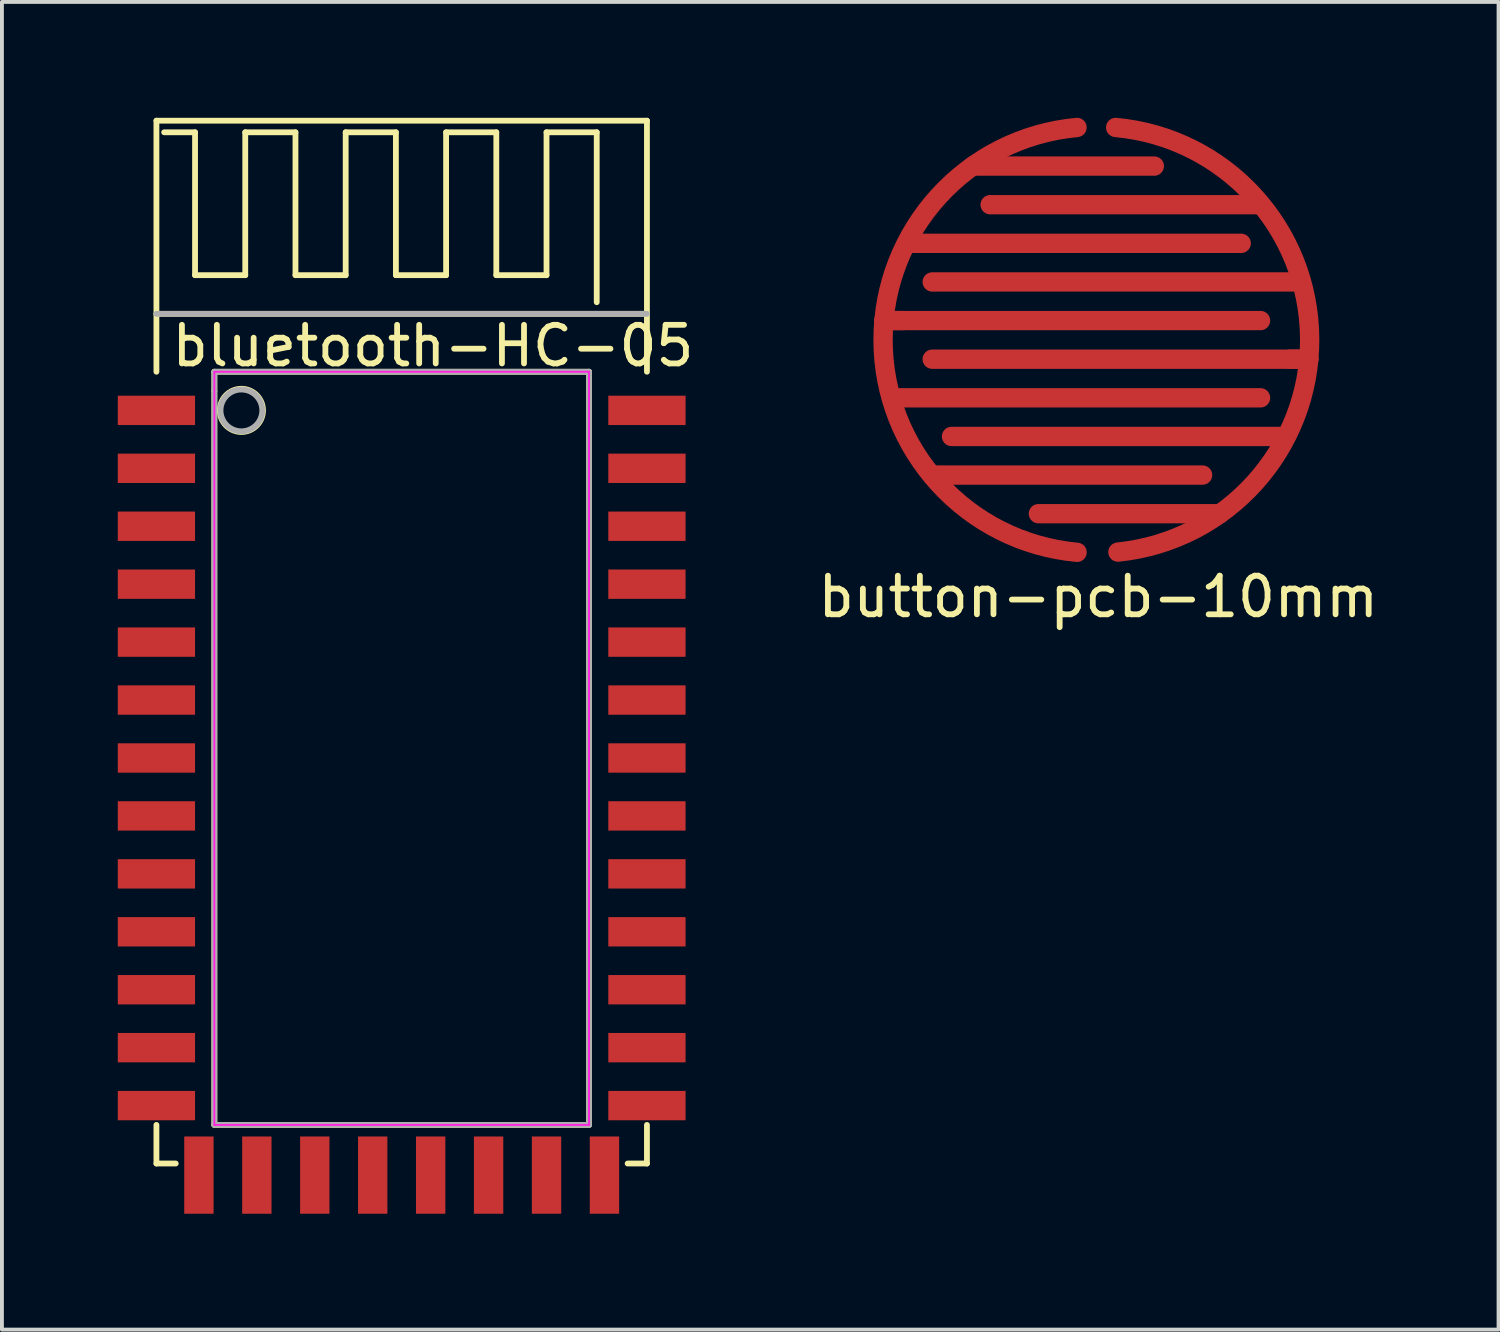
<source format=kicad_pcb>
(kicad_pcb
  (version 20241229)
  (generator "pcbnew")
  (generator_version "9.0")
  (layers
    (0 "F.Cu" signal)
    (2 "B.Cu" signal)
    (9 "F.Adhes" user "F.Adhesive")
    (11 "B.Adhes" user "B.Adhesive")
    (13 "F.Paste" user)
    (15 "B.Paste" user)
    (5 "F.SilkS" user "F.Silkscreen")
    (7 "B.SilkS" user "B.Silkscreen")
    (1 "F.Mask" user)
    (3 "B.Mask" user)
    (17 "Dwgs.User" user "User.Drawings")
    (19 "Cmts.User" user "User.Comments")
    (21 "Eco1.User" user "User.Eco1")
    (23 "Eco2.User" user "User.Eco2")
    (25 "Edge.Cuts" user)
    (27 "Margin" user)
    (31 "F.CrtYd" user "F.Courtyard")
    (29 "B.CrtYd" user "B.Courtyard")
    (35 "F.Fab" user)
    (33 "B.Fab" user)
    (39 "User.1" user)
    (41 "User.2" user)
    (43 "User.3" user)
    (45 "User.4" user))
  (footprint "bluetooth-HC-05"
    (layer "F.Cu")
    (at 7.35 16.575)
    (property "Reference" "bluetooth-HC-05" (at 0.81 -10.67 0) (layer "F.SilkS") (effects (font (size 1 1) (thickness 0.15))))
    (attr smd)
    (fp_line (start -6.35 -16.5) (end -6.35 -10) (stroke (width 0.15) (type solid)) (layer "F.SilkS"))
    (fp_line (start -6.35 -16.5) (end 6.35 -16.5) (stroke (width 0.15) (type solid)) (layer "F.SilkS"))
    (fp_line (start -6.35 -11.5) (end 6.35 -11.5) (stroke (width 0.15) (type solid)) (layer "F.SilkS"))
    (fp_line (start -6.35 10.5) (end -6.35 9.5) (stroke (width 0.15) (type solid)) (layer "F.SilkS"))
    (fp_line (start -6.35 10.5) (end -5.85 10.5) (stroke (width 0.15) (type solid)) (layer "F.SilkS"))
    (fp_line (start -6.15 -16.2) (end -5.35 -16.2) (stroke (width 0.15) (type solid)) (layer "F.SilkS"))
    (fp_line (start -5.35 -16.2) (end -5.35 -12.5) (stroke (width 0.15) (type solid)) (layer "F.SilkS"))
    (fp_line (start -5.35 -12.5) (end -4.05 -12.5) (stroke (width 0.15) (type solid)) (layer "F.SilkS"))
    (fp_line (start -4.85 -10) (end -4.85 -9.5) (stroke (width 0.15) (type solid)) (layer "F.SilkS"))
    (fp_line (start -4.85 -9.5) (end -4.85 9.5) (stroke (width 0.15) (type solid)) (layer "F.SilkS"))
    (fp_line (start -4.85 9.5) (end 4.85 9.5) (stroke (width 0.15) (type solid)) (layer "F.SilkS"))
    (fp_line (start -4.05 -16.2) (end -2.75 -16.2) (stroke (width 0.15) (type solid)) (layer "F.SilkS"))
    (fp_line (start -4.05 -12.5) (end -4.05 -16.2) (stroke (width 0.15) (type solid)) (layer "F.SilkS"))
    (fp_line (start -2.75 -16.2) (end -2.75 -12.5) (stroke (width 0.15) (type solid)) (layer "F.SilkS"))
    (fp_line (start -2.75 -12.5) (end -1.45 -12.5) (stroke (width 0.15) (type solid)) (layer "F.SilkS"))
    (fp_line (start -1.45 -16.2) (end -0.15 -16.2) (stroke (width 0.15) (type solid)) (layer "F.SilkS"))
    (fp_line (start -1.45 -12.5) (end -1.45 -16.2) (stroke (width 0.15) (type solid)) (layer "F.SilkS"))
    (fp_line (start -0.15 -16.2) (end -0.15 -12.5) (stroke (width 0.15) (type solid)) (layer "F.SilkS"))
    (fp_line (start -0.15 -12.5) (end 1.15 -12.5) (stroke (width 0.15) (type solid)) (layer "F.SilkS"))
    (fp_line (start 1.15 -16.2) (end 2.45 -16.2) (stroke (width 0.15) (type solid)) (layer "F.SilkS"))
    (fp_line (start 1.15 -12.5) (end 1.15 -16.2) (stroke (width 0.15) (type solid)) (layer "F.SilkS"))
    (fp_line (start 2.45 -16.2) (end 2.45 -12.5) (stroke (width 0.15) (type solid)) (layer "F.SilkS"))
    (fp_line (start 3.75 -16.2) (end 5.05 -16.2) (stroke (width 0.15) (type solid)) (layer "F.SilkS"))
    (fp_line (start 3.75 -12.5) (end 2.45 -12.5) (stroke (width 0.15) (type solid)) (layer "F.SilkS"))
    (fp_line (start 3.75 -12.5) (end 3.75 -16.2) (stroke (width 0.15) (type solid)) (layer "F.SilkS"))
    (fp_line (start 4.85 -10) (end -4.85 -10) (stroke (width 0.15) (type solid)) (layer "F.SilkS"))
    (fp_line (start 4.85 9.5) (end 4.85 -10) (stroke (width 0.15) (type solid)) (layer "F.SilkS"))
    (fp_line (start 5.05 -16.2) (end 5.05 -11.8) (stroke (width 0.15) (type solid)) (layer "F.SilkS"))
    (fp_line (start 6.35 -16.5) (end 6.35 -10) (stroke (width 0.15) (type solid)) (layer "F.SilkS"))
    (fp_line (start 6.35 9.5) (end 6.35 10.5) (stroke (width 0.15) (type solid)) (layer "F.SilkS"))
    (fp_line (start 6.35 10.5) (end 5.85 10.5) (stroke (width 0.15) (type solid)) (layer "F.SilkS"))
    (fp_circle (center -4.15 -9) (end -4.65 -9.25) (stroke (width 0.15) (type solid)) (fill no) (layer "F.SilkS"))
    (fp_line (start -4.85 -10) (end -4.85 9.5) (stroke (width 0.05) (type solid)) (layer "F.CrtYd"))
    (fp_line (start -4.85 -10) (end 4.85 -10) (stroke (width 0.05) (type solid)) (layer "F.CrtYd"))
    (fp_line (start -4.85 9.5) (end 4.85 9.5) (stroke (width 0.05) (type solid)) (layer "F.CrtYd"))
    (fp_line (start 4.85 -10) (end 4.85 9.5) (stroke (width 0.05) (type solid)) (layer "F.CrtYd"))
    (fp_line (start -6.35 -11.5) (end 6.35 -11.5) (stroke (width 0.15) (type solid)) (layer "F.Fab"))
    (fp_line (start -4.85 -10) (end -4.85 9.5) (stroke (width 0.15) (type solid)) (layer "F.Fab"))
    (fp_line (start -4.85 -10) (end 4.85 -10) (stroke (width 0.15) (type solid)) (layer "F.Fab"))
    (fp_line (start -4.85 9.5) (end 4.85 9.5) (stroke (width 0.15) (type solid)) (layer "F.Fab"))
    (fp_line (start 4.85 -10) (end 4.85 9.5) (stroke (width 0.15) (type solid)) (layer "F.Fab"))
    (fp_circle (center -4.15 -8.999) (end -4.33 -9.509) (stroke (width 0.15) (type solid)) (fill no) (layer "F.Fab"))
    (pad "1" smd rect (at -6.35 -9) (size 2 0.76) (layers "F.Cu" "F.Mask" "F.Paste"))
    (pad "2" smd rect (at -6.35 -7.5) (size 2 0.76) (layers "F.Cu" "F.Mask" "F.Paste"))
    (pad "3" smd rect (at -6.35 -6) (size 2 0.76) (layers "F.Cu" "F.Mask" "F.Paste"))
    (pad "4" smd rect (at -6.35 -4.5 180) (size 2 0.76) (layers "F.Cu" "F.Mask" "F.Paste"))
    (pad "5" smd rect (at -6.35 -3) (size 2 0.76) (layers "F.Cu" "F.Mask" "F.Paste"))
    (pad "6" smd rect (at -6.35 -1.5) (size 2 0.76) (layers "F.Cu" "F.Mask" "F.Paste"))
    (pad "7" smd rect (at -6.35 0) (size 2 0.76) (layers "F.Cu" "F.Mask" "F.Paste"))
    (pad "8" smd rect (at -6.35 1.5) (size 2 0.76) (layers "F.Cu" "F.Mask" "F.Paste"))
    (pad "9" smd rect (at -6.35 3) (size 2 0.76) (layers "F.Cu" "F.Mask" "F.Paste"))
    (pad "10" smd rect (at -6.35 4.5) (size 2 0.76) (layers "F.Cu" "F.Mask" "F.Paste"))
    (pad "11" smd rect (at -6.35 6) (size 2 0.76) (layers "F.Cu" "F.Mask" "F.Paste"))
    (pad "12" smd rect (at -6.35 7.5 180) (size 2 0.76) (layers "F.Cu" "F.Mask" "F.Paste"))
    (pad "13" smd rect (at -6.35 9) (size 2 0.76) (layers "F.Cu" "F.Mask" "F.Paste"))
    (pad "14" smd rect (at -5.25 10.8 90) (size 2 0.76) (layers "F.Cu" "F.Mask" "F.Paste"))
    (pad "15" smd rect (at -3.75 10.8 90) (size 2 0.76) (layers "F.Cu" "F.Mask" "F.Paste"))
    (pad "16" smd rect (at -2.25 10.8 90) (size 2 0.76) (layers "F.Cu" "F.Mask" "F.Paste"))
    (pad "17" smd rect (at -0.75 10.8 270) (size 2 0.76) (layers "F.Cu" "F.Mask" "F.Paste"))
    (pad "18" smd rect (at 0.75 10.8 90) (size 2 0.76) (layers "F.Cu" "F.Mask" "F.Paste"))
    (pad "19" smd rect (at 2.25 10.8 90) (size 2 0.76) (layers "F.Cu" "F.Mask" "F.Paste"))
    (pad "20" smd rect (at 3.75 10.8 90) (size 2 0.76) (layers "F.Cu" "F.Mask" "F.Paste"))
    (pad "21" smd rect (at 5.25 10.8 90) (size 2 0.76) (layers "F.Cu" "F.Mask" "F.Paste"))
    (pad "22" smd rect (at 6.35 9) (size 2 0.76) (layers "F.Cu" "F.Mask" "F.Paste"))
    (pad "23" smd rect (at 6.35 7.5) (size 2 0.76) (layers "F.Cu" "F.Mask" "F.Paste"))
    (pad "24" smd rect (at 6.35 6) (size 2 0.76) (layers "F.Cu" "F.Mask" "F.Paste"))
    (pad "25" smd rect (at 6.35 4.5) (size 2 0.76) (layers "F.Cu" "F.Mask" "F.Paste"))
    (pad "26" smd rect (at 6.35 3) (size 2 0.76) (layers "F.Cu" "F.Mask" "F.Paste"))
    (pad "27" smd rect (at 6.35 1.5) (size 2 0.76) (layers "F.Cu" "F.Mask" "F.Paste"))
    (pad "28" smd rect (at 6.35 0) (size 2 0.76) (layers "F.Cu" "F.Mask" "F.Paste"))
    (pad "29" smd rect (at 6.35 -1.5) (size 2 0.76) (layers "F.Cu" "F.Mask" "F.Paste"))
    (pad "30" smd rect (at 6.35 -3) (size 2 0.76) (layers "F.Cu" "F.Mask" "F.Paste"))
    (pad "31" smd rect (at 6.35 -4.5) (size 2 0.76) (layers "F.Cu" "F.Mask" "F.Paste"))
    (pad "32" smd rect (at 6.35 -6) (size 2 0.76) (layers "F.Cu" "F.Mask" "F.Paste"))
    (pad "33" smd rect (at 6.35 -7.5) (size 2 0.76) (layers "F.Cu" "F.Mask" "F.Paste"))
    (pad "34" smd rect (at 6.35 -9) (size 2 0.76) (layers "F.Cu" "F.Mask" "F.Paste")))
  (footprint "button-pcb-10mm"
    (layer "F.Cu")
    (at 25.336 5.75)
    (property "Reference" "button-pcb-10mm" (at 0.05 6.65 0) (layer "F.SilkS") (effects (font (size 1 1) (thickness 0.15))))
    (attr through_hole)
    (fp_line (start -5.5 -0.5) (end 4.25 -0.5) (stroke (width 0.5) (type solid)) (layer "F.Cu"))
    (fp_line (start -5.28 1.5) (end 4.25 1.5) (stroke (width 0.5) (type solid)) (layer "F.Cu"))
    (fp_line (start -4.9 -2.5) (end 3.75 -2.5) (stroke (width 0.5) (type solid)) (layer "F.Cu"))
    (fp_line (start -4.25 3.5) (end 2.75 3.5) (stroke (width 0.5) (type solid)) (layer "F.Cu"))
    (fp_line (start -3.2 -4.5) (end 1.5 -4.5) (stroke (width 0.5) (type solid)) (layer "F.Cu"))
    (fp_line (start 3.2 4.5) (end -1.5 4.5) (stroke (width 0.5) (type solid)) (layer "F.Cu"))
    (fp_line (start 4.2 -3.5) (end -2.75 -3.5) (stroke (width 0.5) (type solid)) (layer "F.Cu"))
    (fp_line (start 4.9 2.5) (end -3.75 2.5) (stroke (width 0.5) (type solid)) (layer "F.Cu"))
    (fp_line (start 5.3 -1.5) (end -4.25 -1.5) (stroke (width 0.5) (type solid)) (layer "F.Cu"))
    (fp_line (start 5.5 0.5) (end -4.25 0.5) (stroke (width 0.5) (type solid)) (layer "F.Cu"))
    (fp_arc (start -0.5 5.5) (mid -5.52268 0.000537) (end -0.50107 -5.499903) (stroke (width 0.5) (type solid)) (layer "F.Cu"))
    (fp_arc (start 0.5 -5.5) (mid 5.522602 -0.029454) (end 0.558636 5.494354) (stroke (width 0.5) (type solid)) (layer "F.Cu"))
    (fp_line (start -5.5 -0.5) (end 4.25 -0.5) (stroke (width 0.5) (type solid)) (layer "F.Mask"))
    (fp_line (start -5.28 1.5) (end 4.25 1.5) (stroke (width 0.5) (type solid)) (layer "F.Mask"))
    (fp_line (start -4.9 -2.5) (end 3.75 -2.5) (stroke (width 0.5) (type solid)) (layer "F.Mask"))
    (fp_line (start -4.25 3.5) (end 2.75 3.5) (stroke (width 0.5) (type solid)) (layer "F.Mask"))
    (fp_line (start -3.2 -4.5) (end 1.5 -4.5) (stroke (width 0.5) (type solid)) (layer "F.Mask"))
    (fp_line (start 3.2 4.5) (end -1.5 4.5) (stroke (width 0.5) (type solid)) (layer "F.Mask"))
    (fp_line (start 4.2 -3.5) (end -2.75 -3.5) (stroke (width 0.5) (type solid)) (layer "F.Mask"))
    (fp_line (start 4.9 2.5) (end -3.75 2.5) (stroke (width 0.5) (type solid)) (layer "F.Mask"))
    (fp_line (start 5.3 -1.5) (end -4.25 -1.5) (stroke (width 0.5) (type solid)) (layer "F.Mask"))
    (fp_line (start 5.5 0.5) (end -4.25 0.5) (stroke (width 0.5) (type solid)) (layer "F.Mask"))
    (fp_arc (start -0.5 5.5) (mid -5.52268 0.000537) (end -0.50107 -5.499903) (stroke (width 0.5) (type solid)) (layer "F.Mask"))
    (fp_arc (start 0.5 -5.5) (mid 5.522602 -0.029454) (end 0.558636 5.494354) (stroke (width 0.5) (type solid)) (layer "F.Mask"))
    (pad "1" smd oval (at 5.25 0.5) (size 1 0.5) (layers "F.Cu" "F.Mask" "F.Paste"))
    (pad "2" smd oval (at -5.25 -0.5) (size 1 0.5) (layers "F.Cu" "F.Mask" "F.Paste")))
  (gr_rect
    (start -3 -3)
    (end 35.749 31.375)
    (stroke (width 0.1) (type default))
    (fill no)
    (layer "Edge.Cuts")))
</source>
